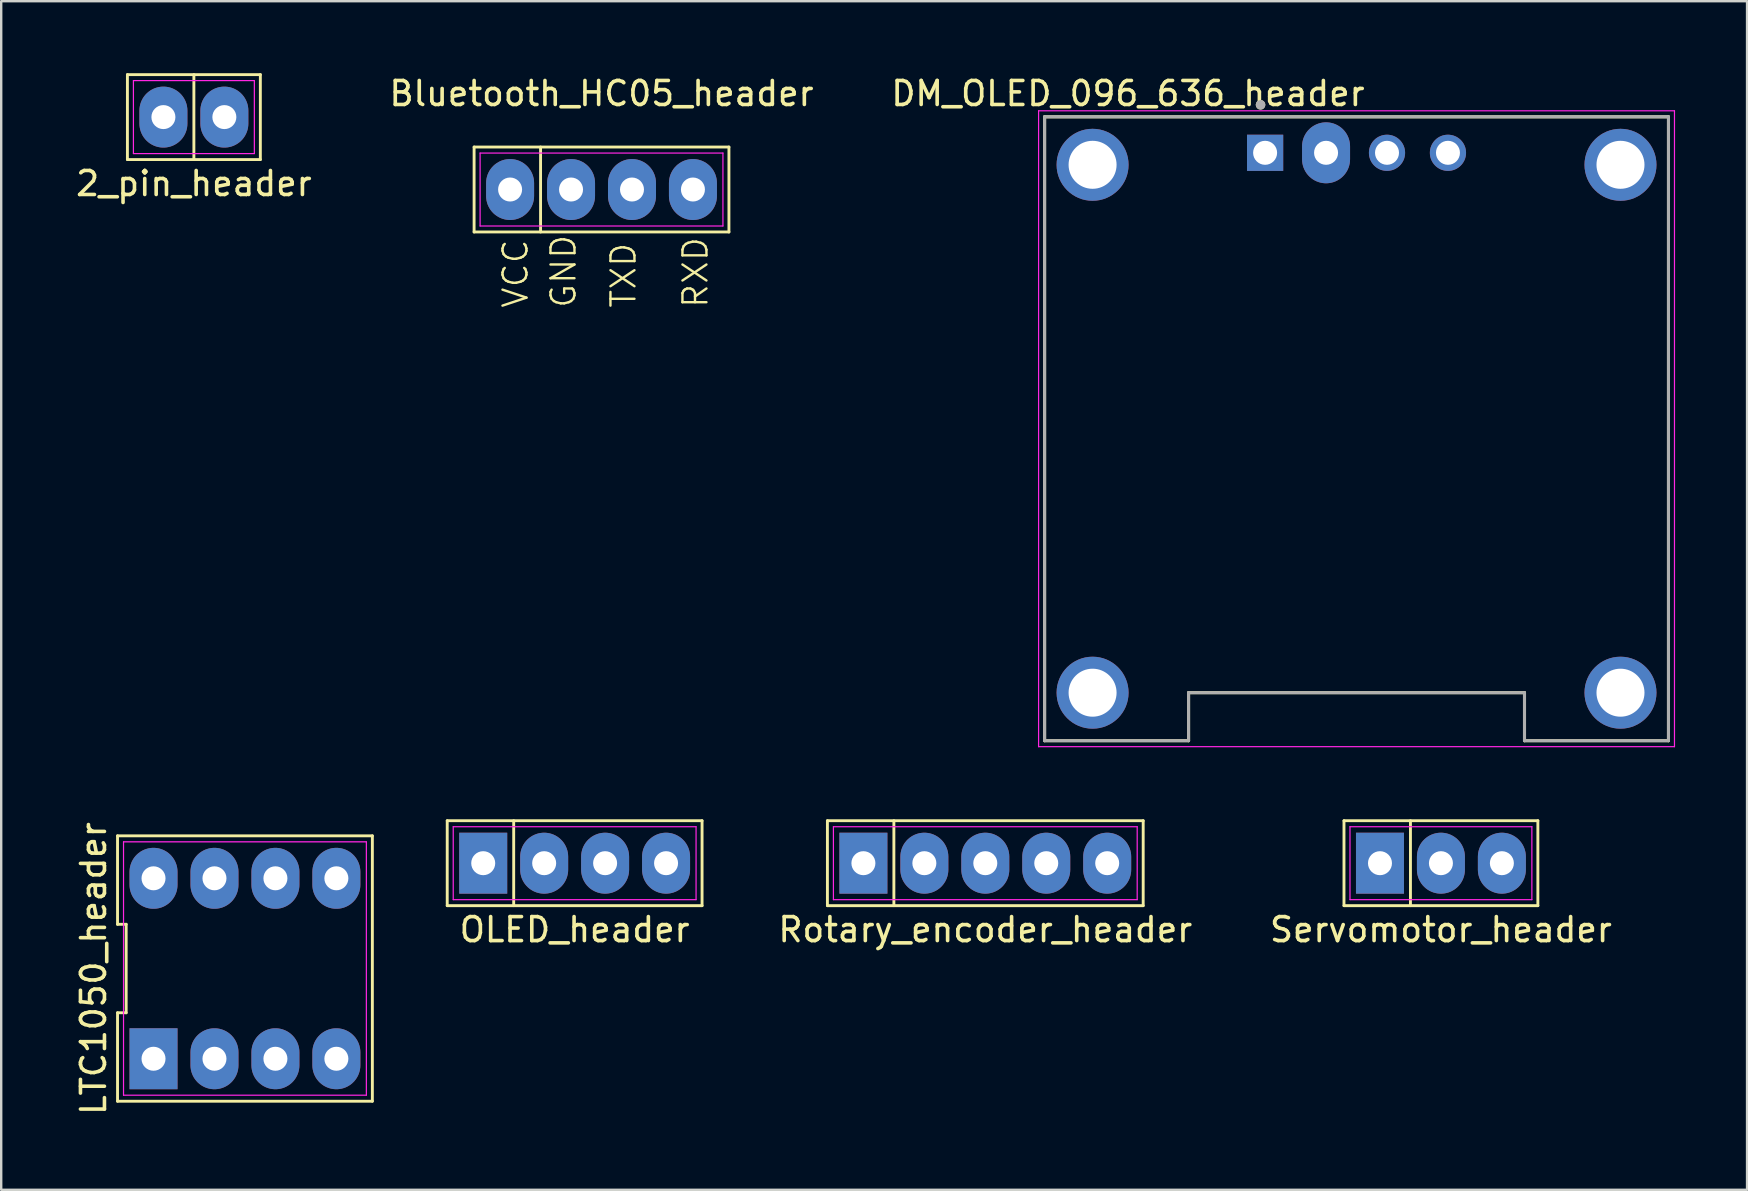
<source format=kicad_pcb>
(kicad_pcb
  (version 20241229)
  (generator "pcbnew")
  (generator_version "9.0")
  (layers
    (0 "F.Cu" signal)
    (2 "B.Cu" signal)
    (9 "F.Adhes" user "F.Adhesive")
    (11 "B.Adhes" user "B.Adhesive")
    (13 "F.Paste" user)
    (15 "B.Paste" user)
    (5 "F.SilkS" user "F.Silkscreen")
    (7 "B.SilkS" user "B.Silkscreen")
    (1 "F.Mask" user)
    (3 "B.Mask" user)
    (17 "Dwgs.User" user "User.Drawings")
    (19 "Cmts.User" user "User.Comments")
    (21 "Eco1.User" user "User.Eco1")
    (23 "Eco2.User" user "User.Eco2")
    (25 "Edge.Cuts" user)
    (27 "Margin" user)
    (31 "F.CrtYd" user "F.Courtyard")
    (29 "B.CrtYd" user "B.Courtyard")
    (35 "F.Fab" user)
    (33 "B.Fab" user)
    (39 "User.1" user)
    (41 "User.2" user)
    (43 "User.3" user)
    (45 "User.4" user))
  (footprint "DM_OLED_096_636_header"
    (layer "F.Cu")
    (at 53.483 14.818)
    (property "Reference" "DM_OLED_096_636_header" (at -9.525 -13.97 0) (layer "F.SilkS") (effects (font (size 1 1) (thickness 0.15))))
    (attr through_hole)
    (fp_line (start -13 -13) (end 13 -13) (stroke (width 0.127) (type solid)) (layer "F.SilkS"))
    (fp_line (start -13 13) (end -13 -13) (stroke (width 0.127) (type solid)) (layer "F.SilkS"))
    (fp_line (start -7 11) (end -7 13) (stroke (width 0.127) (type solid)) (layer "F.SilkS"))
    (fp_line (start -7 13) (end -13 13) (stroke (width 0.127) (type solid)) (layer "F.SilkS"))
    (fp_line (start 7 11) (end -7 11) (stroke (width 0.127) (type solid)) (layer "F.SilkS"))
    (fp_line (start 7 13) (end 7 11) (stroke (width 0.127) (type solid)) (layer "F.SilkS"))
    (fp_line (start 13 -13) (end 13 13) (stroke (width 0.127) (type solid)) (layer "F.SilkS"))
    (fp_line (start 13 13) (end 7 13) (stroke (width 0.127) (type solid)) (layer "F.SilkS"))
    (fp_circle (center -4 -13.5) (end -3.9 -13.5) (stroke (width 0.2) (type solid)) (fill no) (layer "F.SilkS"))
    (fp_line (start -13.25 -13.25) (end 13.25 -13.25) (stroke (width 0.05) (type solid)) (layer "F.CrtYd"))
    (fp_line (start -13.25 13.25) (end -13.25 -13.25) (stroke (width 0.05) (type solid)) (layer "F.CrtYd"))
    (fp_line (start 13.25 -13.25) (end 13.25 13.25) (stroke (width 0.05) (type solid)) (layer "F.CrtYd"))
    (fp_line (start 13.25 13.25) (end -13.25 13.25) (stroke (width 0.05) (type solid)) (layer "F.CrtYd"))
    (fp_line (start -13 -13) (end 13 -13) (stroke (width 0.127) (type solid)) (layer "F.Fab"))
    (fp_line (start -13 13) (end -13 -13) (stroke (width 0.127) (type solid)) (layer "F.Fab"))
    (fp_line (start -7 11) (end 7 11) (stroke (width 0.127) (type solid)) (layer "F.Fab"))
    (fp_line (start -7 13) (end -13 13) (stroke (width 0.127) (type solid)) (layer "F.Fab"))
    (fp_line (start -7 13) (end -7 11) (stroke (width 0.127) (type solid)) (layer "F.Fab"))
    (fp_line (start 7 11) (end 7 13) (stroke (width 0.127) (type solid)) (layer "F.Fab"))
    (fp_line (start 13 -13) (end 13 13) (stroke (width 0.127) (type solid)) (layer "F.Fab"))
    (fp_line (start 13 13) (end 7 13) (stroke (width 0.127) (type solid)) (layer "F.Fab"))
    (fp_circle (center -4 -13.5) (end -3.9 -13.5) (stroke (width 0.2) (type solid)) (fill no) (layer "F.Fab"))
    (pad "1" thru_hole rect (at -3.81 -11.5) (size 1.508 1.508) (drill 1) (layers "*.Cu" "*.Mask"))
    (pad "2" thru_hole oval (at -1.27 -11.5) (size 2 2.54) (drill 1) (layers "*.Cu" "*.Mask"))
    (pad "3" thru_hole circle (at 1.27 -11.5) (size 1.508 1.508) (drill 1) (layers "*.Cu" "*.Mask"))
    (pad "4" thru_hole circle (at 3.81 -11.5) (size 1.508 1.508) (drill 1) (layers "*.Cu" "*.Mask"))
    (pad "S1" thru_hole circle (at -11 -11) (size 3 3) (drill 2) (layers "*.Cu" "*.Mask"))
    (pad "S2" thru_hole circle (at 11 -11) (size 3 3) (drill 2) (layers "*.Cu" "*.Mask"))
    (pad "S3" thru_hole circle (at 11 11) (size 3 3) (drill 2) (layers "*.Cu" "*.Mask"))
    (pad "S4" thru_hole circle (at -11 11) (size 3 3) (drill 2) (layers "*.Cu" "*.Mask")))
  (footprint "Rotary_encoder_header"
    (layer "F.Cu")
    (at 38.012 32.923)
    (property "Reference" "Rotary_encoder_header" (at 0 2.77 0) (layer "F.SilkS") (effects (font (size 1 1) (thickness 0.15))))
    (attr through_hole)
    (fp_line (start -6.58 -1.77) (end 6.58 -1.77) (stroke (width 0.12) (type default)) (layer "F.SilkS"))
    (fp_line (start -6.58 1.77) (end -6.58 -1.77) (stroke (width 0.12) (type default)) (layer "F.SilkS"))
    (fp_line (start -3.81 -1.77) (end -3.81 1.77) (stroke (width 0.12) (type default)) (layer "F.SilkS"))
    (fp_line (start 6.58 -1.77) (end 6.58 1.77) (stroke (width 0.12) (type default)) (layer "F.SilkS"))
    (fp_line (start 6.58 1.77) (end -6.58 1.77) (stroke (width 0.12) (type default)) (layer "F.SilkS"))
    (fp_line (start -6.33 -1.52) (end 6.33 -1.52) (stroke (width 0.05) (type default)) (layer "F.CrtYd"))
    (fp_line (start -6.33 1.52) (end -6.33 -1.52) (stroke (width 0.05) (type default)) (layer "F.CrtYd"))
    (fp_line (start 6.33 -1.52) (end 6.33 1.52) (stroke (width 0.05) (type default)) (layer "F.CrtYd"))
    (fp_line (start 6.33 1.52) (end -6.33 1.52) (stroke (width 0.05) (type default)) (layer "F.CrtYd"))
    (pad "1" thru_hole rect (at -5.08 0) (size 2 2.54) (drill 1) (layers "*.Cu" "*.Mask"))
    (pad "2" thru_hole oval (at -2.54 0) (size 2 2.54) (drill 1) (layers "*.Cu" "*.Mask"))
    (pad "3" thru_hole oval (at 0 0) (size 2 2.54) (drill 1) (layers "*.Cu" "*.Mask"))
    (pad "4" thru_hole oval (at 2.54 0) (size 2 2.54) (drill 1) (layers "*.Cu" "*.Mask"))
    (pad "5" thru_hole oval (at 5.08 0) (size 2 2.54) (drill 1) (layers "*.Cu" "*.Mask")))
  (footprint "Bluetooth_HC05_header"
    (layer "F.Cu")
    (at 22.018 4.848)
    (property "Reference" "Bluetooth_HC05_header" (at 0 -4 0) (layer "F.SilkS") (effects (font (size 1 1) (thickness 0.15))))
    (attr through_hole)
    (fp_line (start -5.31 -1.77) (end 5.31 -1.77) (stroke (width 0.12) (type default)) (layer "F.SilkS"))
    (fp_line (start -5.31 1.77) (end -5.31 -1.77) (stroke (width 0.12) (type default)) (layer "F.SilkS"))
    (fp_line (start -2.54 -1.77) (end -2.54 1.77) (stroke (width 0.12) (type default)) (layer "F.SilkS"))
    (fp_line (start 5.31 -1.77) (end 5.31 1.77) (stroke (width 0.12) (type default)) (layer "F.SilkS"))
    (fp_line (start 5.31 1.77) (end -5.31 1.77) (stroke (width 0.12) (type default)) (layer "F.SilkS"))
    (fp_line (start -5.06 -1.52) (end 5.06 -1.52) (stroke (width 0.05) (type default)) (layer "F.CrtYd"))
    (fp_line (start -5.06 1.52) (end -5.06 -1.52) (stroke (width 0.05) (type default)) (layer "F.CrtYd"))
    (fp_line (start 5.06 -1.52) (end 5.06 1.52) (stroke (width 0.05) (type default)) (layer "F.CrtYd"))
    (fp_line (start 5.06 1.52) (end -5.06 1.52) (stroke (width 0.05) (type default)) (layer "F.CrtYd"))
    (fp_text user "TXD" (at 1.5 5 90) (unlocked yes) (layer "F.SilkS") (effects (font (size 1 1) (thickness 0.1)) (justify left bottom)))
    (fp_text user "GND" (at -1 5 90) (unlocked yes) (layer "F.SilkS") (effects (font (size 1 1) (thickness 0.1)) (justify left bottom)))
    (fp_text user "VCC" (at -3 5 90) (unlocked yes) (layer "F.SilkS") (effects (font (size 1 1) (thickness 0.1)) (justify left bottom)))
    (fp_text user "RXD" (at 4.5 5 90) (unlocked yes) (layer "F.SilkS") (effects (font (size 1 1) (thickness 0.1)) (justify left bottom)))
    (pad "1" thru_hole oval (at -3.81 0) (size 2 2.54) (drill 1) (layers "*.Cu" "*.Mask"))
    (pad "2" thru_hole oval (at -1.27 0) (size 2 2.54) (drill 1) (layers "*.Cu" "*.Mask"))
    (pad "3" thru_hole oval (at 1.27 0) (size 2 2.54) (drill 1) (layers "*.Cu" "*.Mask"))
    (pad "4" thru_hole oval (at 3.81 0) (size 2 2.54) (drill 1) (layers "*.Cu" "*.Mask")))
  (footprint "LTC1050_header"
    (layer "F.Cu")
    (at 7.158 37.313)
    (property "Reference" "LTC1050_header" (at -6.31 0 90) (layer "F.SilkS") (effects (font (size 1 1) (thickness 0.15))))
    (attr through_hole)
    (fp_line (start -5.31 -5.53) (end -5.31 -1.843) (stroke (width 0.12) (type default)) (layer "F.SilkS"))
    (fp_line (start -5.31 -1.843) (end -4.95 -1.843) (stroke (width 0.12) (type default)) (layer "F.SilkS"))
    (fp_line (start -5.31 1.843) (end -5.31 5.53) (stroke (width 0.12) (type default)) (layer "F.SilkS"))
    (fp_line (start -5.31 5.53) (end 5.31 5.53) (stroke (width 0.12) (type default)) (layer "F.SilkS"))
    (fp_line (start -4.95 -1.843) (end -4.95 1.843) (stroke (width 0.12) (type default)) (layer "F.SilkS"))
    (fp_line (start -4.95 1.843) (end -5.31 1.843) (stroke (width 0.12) (type default)) (layer "F.SilkS"))
    (fp_line (start 5.31 -5.53) (end -5.31 -5.53) (stroke (width 0.12) (type default)) (layer "F.SilkS"))
    (fp_line (start 5.31 5.53) (end 5.31 -5.53) (stroke (width 0.12) (type default)) (layer "F.SilkS"))
    (fp_line (start -5.06 -5.28) (end 5.06 -5.28) (stroke (width 0.05) (type default)) (layer "F.CrtYd"))
    (fp_line (start -5.06 5.28) (end -5.06 -5.28) (stroke (width 0.05) (type default)) (layer "F.CrtYd"))
    (fp_line (start 5.06 -5.28) (end 5.06 5.28) (stroke (width 0.05) (type default)) (layer "F.CrtYd"))
    (fp_line (start 5.06 5.28) (end -5.06 5.28) (stroke (width 0.05) (type default)) (layer "F.CrtYd"))
    (pad "1" thru_hole rect (at -3.81 3.76) (size 2 2.54) (drill 1) (layers "*.Cu" "*.Mask"))
    (pad "2" thru_hole oval (at -1.27 3.76) (size 2 2.54) (drill 1) (layers "*.Cu" "*.Mask"))
    (pad "3" thru_hole oval (at 1.27 3.76) (size 2 2.54) (drill 1) (layers "*.Cu" "*.Mask"))
    (pad "4" thru_hole oval (at 3.81 3.76) (size 2 2.54) (drill 1) (layers "*.Cu" "*.Mask"))
    (pad "5" thru_hole oval (at 3.81 -3.76) (size 2 2.54) (drill 1) (layers "*.Cu" "*.Mask"))
    (pad "6" thru_hole oval (at 1.27 -3.76) (size 2 2.54) (drill 1) (layers "*.Cu" "*.Mask"))
    (pad "7" thru_hole oval (at -1.27 -3.76) (size 2 2.54) (drill 1) (layers "*.Cu" "*.Mask"))
    (pad "8" thru_hole oval (at -3.81 -3.76) (size 2 2.54) (drill 1) (layers "*.Cu" "*.Mask")))
  (footprint "Servomotor_header"
    (layer "F.Cu")
    (at 57 32.923)
    (property "Reference" "Servomotor_header" (at 0 2.77 0) (layer "F.SilkS") (effects (font (size 1 1) (thickness 0.15))))
    (attr through_hole)
    (fp_line (start -4.04 -1.77) (end 4.04 -1.77) (stroke (width 0.12) (type default)) (layer "F.SilkS"))
    (fp_line (start -4.04 1.77) (end -4.04 -1.77) (stroke (width 0.12) (type default)) (layer "F.SilkS"))
    (fp_line (start -1.27 -1.77) (end -1.27 1.77) (stroke (width 0.12) (type default)) (layer "F.SilkS"))
    (fp_line (start 4.04 -1.77) (end 4.04 1.77) (stroke (width 0.12) (type default)) (layer "F.SilkS"))
    (fp_line (start 4.04 1.77) (end -4.04 1.77) (stroke (width 0.12) (type default)) (layer "F.SilkS"))
    (fp_line (start -3.79 -1.52) (end 3.79 -1.52) (stroke (width 0.05) (type default)) (layer "F.CrtYd"))
    (fp_line (start -3.79 1.52) (end -3.79 -1.52) (stroke (width 0.05) (type default)) (layer "F.CrtYd"))
    (fp_line (start 3.79 -1.52) (end 3.79 1.52) (stroke (width 0.05) (type default)) (layer "F.CrtYd"))
    (fp_line (start 3.79 1.52) (end -3.79 1.52) (stroke (width 0.05) (type default)) (layer "F.CrtYd"))
    (pad "1" thru_hole rect (at -2.54 0) (size 2 2.54) (drill 1) (layers "*.Cu" "*.Mask"))
    (pad "2" thru_hole oval (at 0 0) (size 2 2.54) (drill 1) (layers "*.Cu" "*.Mask"))
    (pad "3" thru_hole oval (at 2.54 0) (size 2 2.54) (drill 1) (layers "*.Cu" "*.Mask")))
  (footprint "OLED_header"
    (layer "F.Cu")
    (at 20.898 32.923)
    (property "Reference" "OLED_header" (at 0 2.77 0) (layer "F.SilkS") (effects (font (size 1 1) (thickness 0.15))))
    (attr through_hole)
    (fp_line (start -5.31 -1.77) (end 5.31 -1.77) (stroke (width 0.12) (type default)) (layer "F.SilkS"))
    (fp_line (start -5.31 1.77) (end -5.31 -1.77) (stroke (width 0.12) (type default)) (layer "F.SilkS"))
    (fp_line (start -2.54 -1.77) (end -2.54 1.77) (stroke (width 0.12) (type default)) (layer "F.SilkS"))
    (fp_line (start 5.31 -1.77) (end 5.31 1.77) (stroke (width 0.12) (type default)) (layer "F.SilkS"))
    (fp_line (start 5.31 1.77) (end -5.31 1.77) (stroke (width 0.12) (type default)) (layer "F.SilkS"))
    (fp_line (start -5.06 -1.52) (end 5.06 -1.52) (stroke (width 0.05) (type default)) (layer "F.CrtYd"))
    (fp_line (start -5.06 1.52) (end -5.06 -1.52) (stroke (width 0.05) (type default)) (layer "F.CrtYd"))
    (fp_line (start 5.06 -1.52) (end 5.06 1.52) (stroke (width 0.05) (type default)) (layer "F.CrtYd"))
    (fp_line (start 5.06 1.52) (end -5.06 1.52) (stroke (width 0.05) (type default)) (layer "F.CrtYd"))
    (pad "1" thru_hole rect (at -3.81 0) (size 2 2.54) (drill 1) (layers "*.Cu" "*.Mask"))
    (pad "2" thru_hole oval (at -1.27 0) (size 2 2.54) (drill 1) (layers "*.Cu" "*.Mask"))
    (pad "3" thru_hole oval (at 1.27 0) (size 2 2.54) (drill 1) (layers "*.Cu" "*.Mask"))
    (pad "4" thru_hole oval (at 3.81 0) (size 2 2.54) (drill 1) (layers "*.Cu" "*.Mask")))
  (footprint "2_pin_header"
    (layer "F.Cu")
    (at 5.03 1.83)
    (property "Reference" "2_pin_header" (at 0 2.77 0) (layer "F.SilkS") (effects (font (size 1 1) (thickness 0.15))))
    (attr through_hole)
    (fp_line (start -2.77 -1.77) (end 2.77 -1.77) (stroke (width 0.12) (type default)) (layer "F.SilkS"))
    (fp_line (start -2.77 1.77) (end -2.77 -1.77) (stroke (width 0.12) (type default)) (layer "F.SilkS"))
    (fp_line (start 0 -1.77) (end 0 1.77) (stroke (width 0.12) (type default)) (layer "F.SilkS"))
    (fp_line (start 2.77 -1.77) (end 2.77 1.77) (stroke (width 0.12) (type default)) (layer "F.SilkS"))
    (fp_line (start 2.77 1.77) (end -2.77 1.77) (stroke (width 0.12) (type default)) (layer "F.SilkS"))
    (fp_line (start -2.52 -1.52) (end 2.52 -1.52) (stroke (width 0.05) (type default)) (layer "F.CrtYd"))
    (fp_line (start -2.52 1.52) (end -2.52 -1.52) (stroke (width 0.05) (type default)) (layer "F.CrtYd"))
    (fp_line (start 2.52 -1.52) (end 2.52 1.52) (stroke (width 0.05) (type default)) (layer "F.CrtYd"))
    (fp_line (start 2.52 1.52) (end -2.52 1.52) (stroke (width 0.05) (type default)) (layer "F.CrtYd"))
    (pad "1" thru_hole oval (at -1.27 0) (size 2 2.54) (drill 1) (layers "*.Cu" "*.Mask"))
    (pad "2" thru_hole oval (at 1.27 0) (size 2 2.54) (drill 1) (layers "*.Cu" "*.Mask")))
  (gr_rect
    (start -3 -3)
    (end 69.758 46.534)
    (stroke (width 0.1) (type default))
    (fill no)
    (layer "Edge.Cuts")))
</source>
